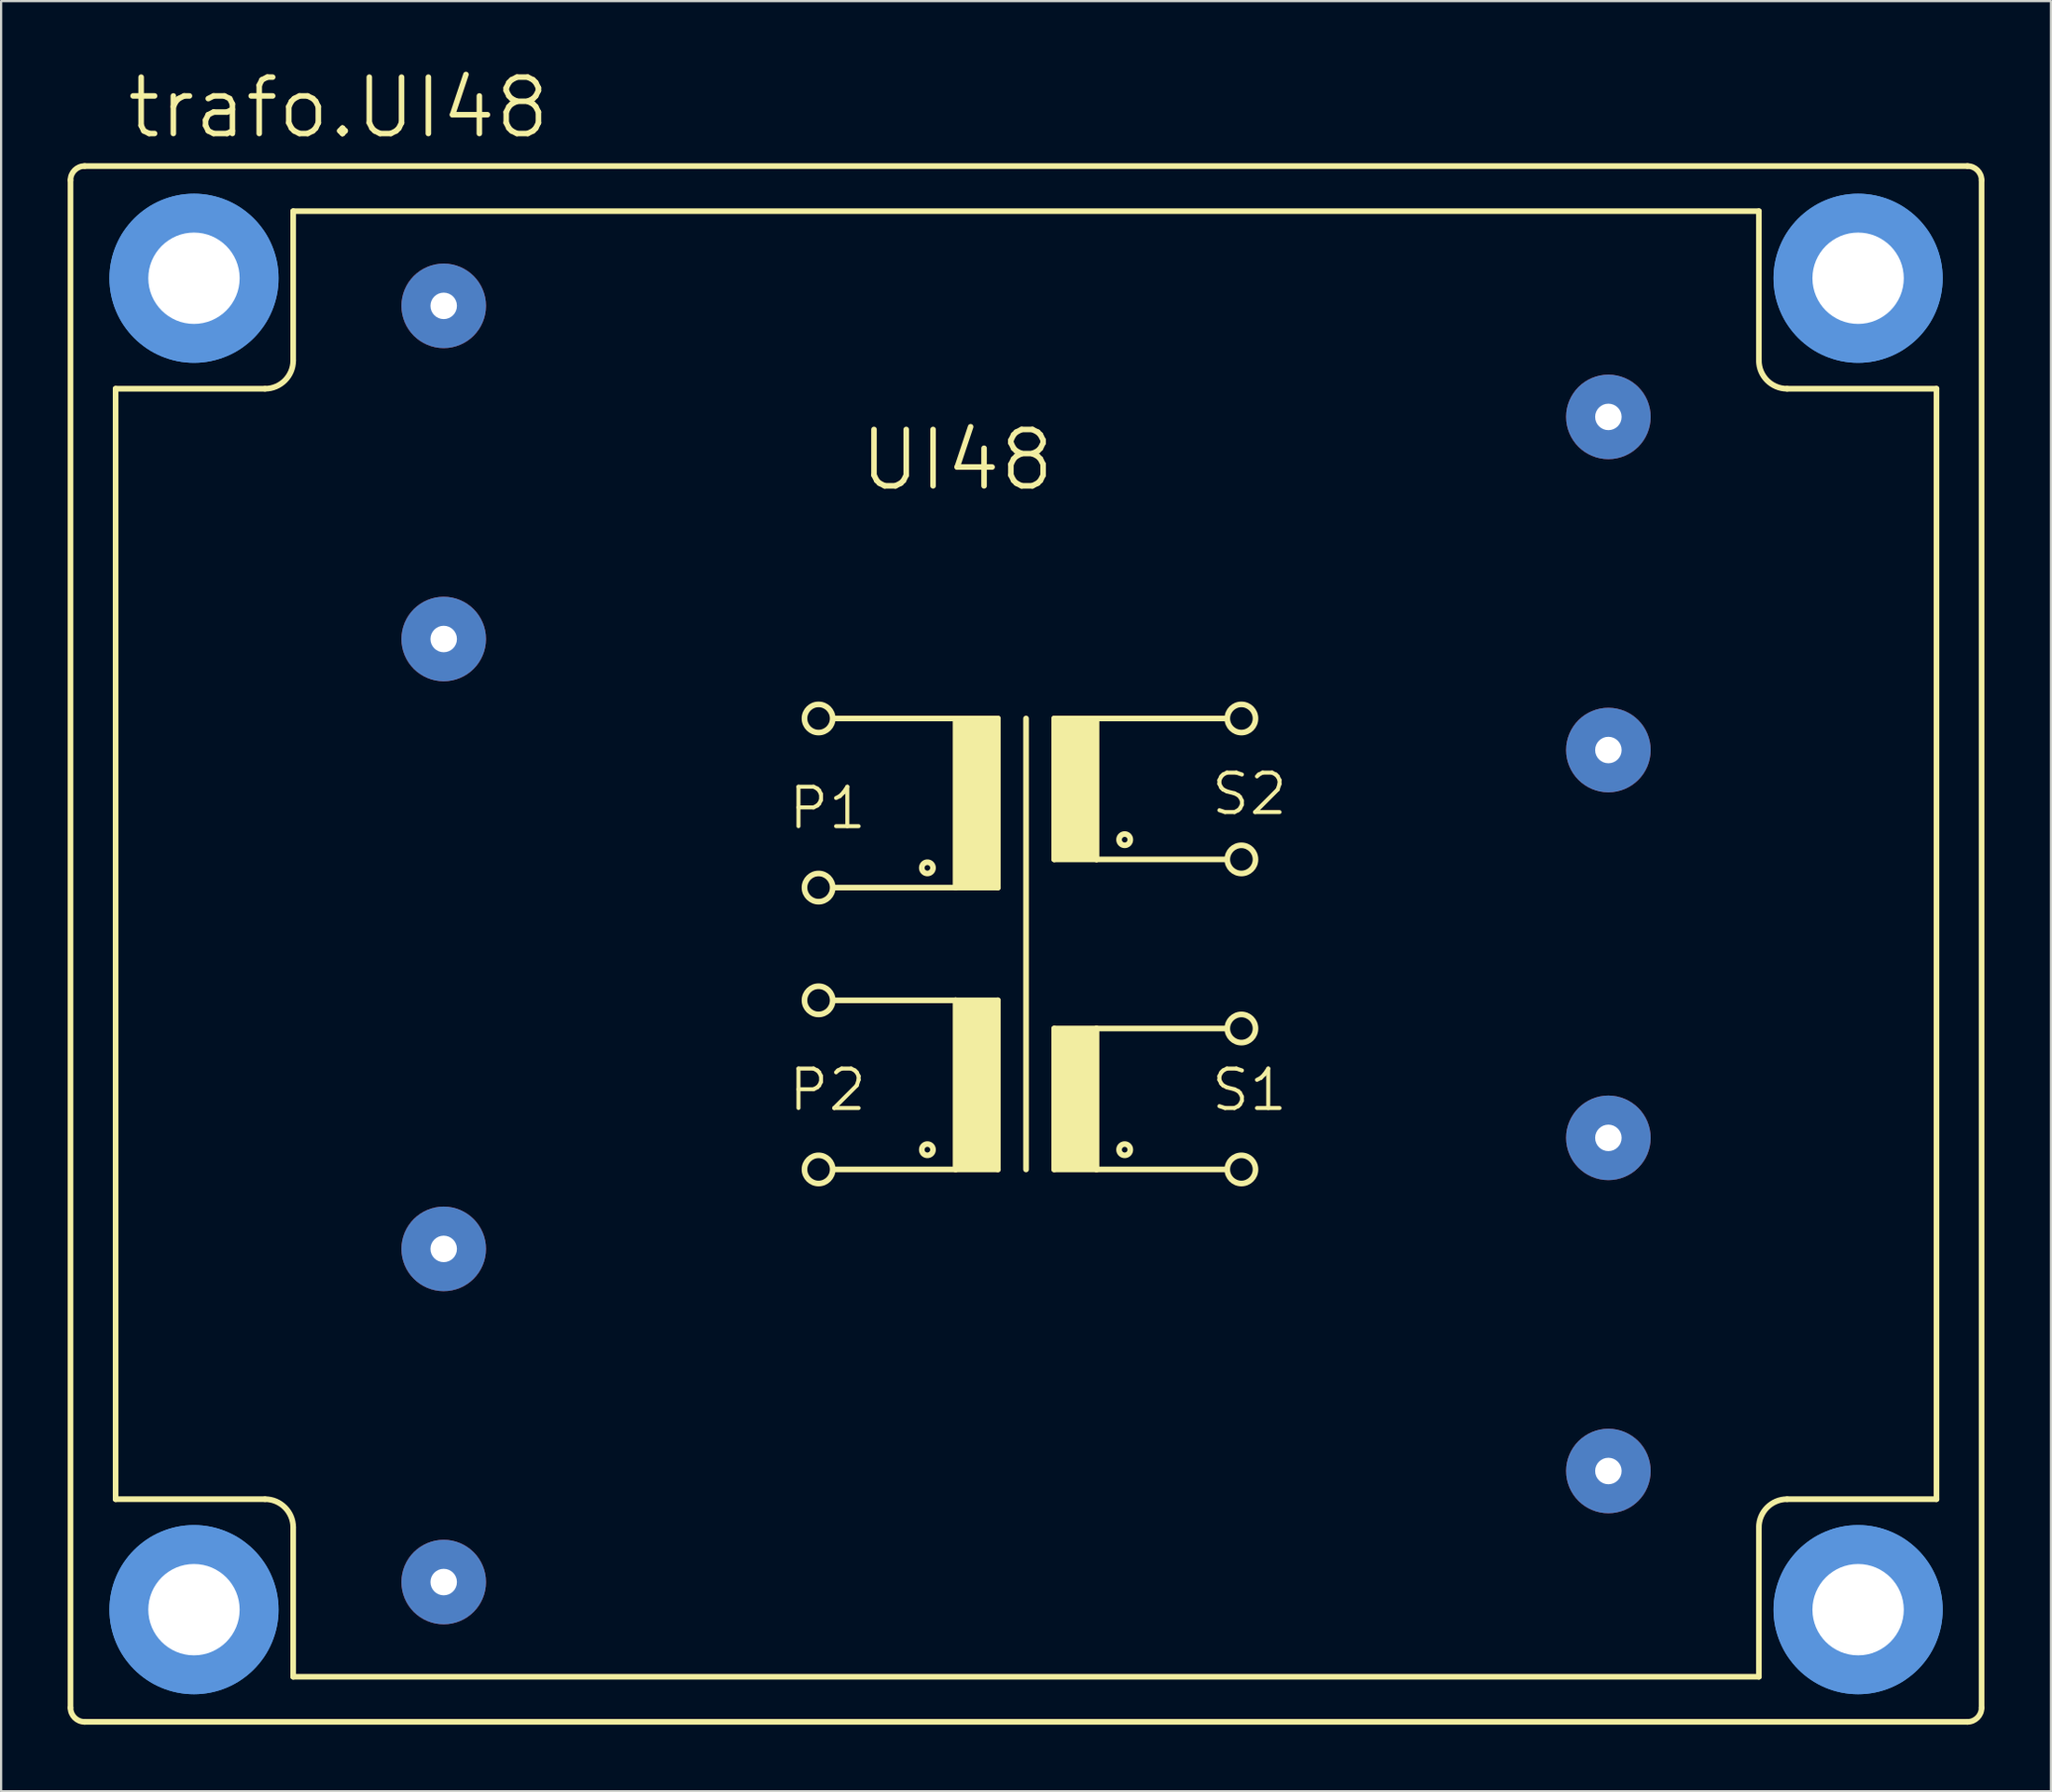
<source format=kicad_pcb>
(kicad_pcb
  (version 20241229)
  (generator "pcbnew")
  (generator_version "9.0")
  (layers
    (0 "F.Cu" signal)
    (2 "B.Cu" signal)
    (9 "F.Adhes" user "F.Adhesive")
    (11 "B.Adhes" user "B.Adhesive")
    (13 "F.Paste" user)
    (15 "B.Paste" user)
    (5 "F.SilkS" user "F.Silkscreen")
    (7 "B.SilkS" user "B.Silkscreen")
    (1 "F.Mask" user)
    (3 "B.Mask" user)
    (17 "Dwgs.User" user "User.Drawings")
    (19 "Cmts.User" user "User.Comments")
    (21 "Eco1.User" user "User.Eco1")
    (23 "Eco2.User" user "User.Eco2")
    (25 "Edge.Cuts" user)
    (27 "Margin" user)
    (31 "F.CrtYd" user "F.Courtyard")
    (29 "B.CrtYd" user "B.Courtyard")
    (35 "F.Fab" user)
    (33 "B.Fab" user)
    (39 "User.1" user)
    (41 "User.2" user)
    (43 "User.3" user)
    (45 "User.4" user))
  (footprint "trafo.UI48"
    (layer "F.Cu")
    (at 43.18 39.485)
    (property "Reference" "trafo.UI48" (at -40.64 -36.195 0) (layer "F.SilkS") (effects (font (size 2.54 2.54) (thickness 0.25)) (justify left bottom)))
    (attr through_hole)
    (fp_line (start -43.053 34.417) (end -43.053 -34.417) (stroke (width 0.254) (type default)) (layer "F.SilkS"))
    (fp_line (start -42.418 -35.052) (end 42.418 -35.052) (stroke (width 0.254) (type default)) (layer "F.SilkS"))
    (fp_line (start -41.021 25.019) (end -41.021 -25.019) (stroke (width 0.254) (type default)) (layer "F.SilkS"))
    (fp_line (start -34.29 -25.019) (end -41.021 -25.019) (stroke (width 0.254) (type default)) (layer "F.SilkS"))
    (fp_line (start -34.29 25.019) (end -41.021 25.019) (stroke (width 0.254) (type default)) (layer "F.SilkS"))
    (fp_line (start -33.02 -33.02) (end -33.02 -26.289) (stroke (width 0.254) (type default)) (layer "F.SilkS"))
    (fp_line (start -33.02 -33.02) (end 33.02 -33.02) (stroke (width 0.254) (type default)) (layer "F.SilkS"))
    (fp_line (start -33.02 33.02) (end -33.02 26.289) (stroke (width 0.254) (type default)) (layer "F.SilkS"))
    (fp_line (start -8.636 -10.16) (end -3.175 -10.16) (stroke (width 0.254) (type default)) (layer "F.SilkS"))
    (fp_line (start -8.636 2.54) (end -3.175 2.54) (stroke (width 0.254) (type default)) (layer "F.SilkS"))
    (fp_line (start -3.175 -10.16) (end -3.175 -2.54) (stroke (width 0.254) (type default)) (layer "F.SilkS"))
    (fp_line (start -3.175 -10.16) (end -1.27 -10.16) (stroke (width 0.254) (type default)) (layer "F.SilkS"))
    (fp_line (start -3.175 -2.54) (end -8.636 -2.54) (stroke (width 0.254) (type default)) (layer "F.SilkS"))
    (fp_line (start -3.175 2.54) (end -3.175 10.16) (stroke (width 0.254) (type default)) (layer "F.SilkS"))
    (fp_line (start -3.175 2.54) (end -1.27 2.54) (stroke (width 0.254) (type default)) (layer "F.SilkS"))
    (fp_line (start -3.175 10.16) (end -8.636 10.16) (stroke (width 0.254) (type default)) (layer "F.SilkS"))
    (fp_line (start -1.27 -10.16) (end -1.27 -2.54) (stroke (width 0.254) (type default)) (layer "F.SilkS"))
    (fp_line (start -1.27 -2.54) (end -3.175 -2.54) (stroke (width 0.254) (type default)) (layer "F.SilkS"))
    (fp_line (start -1.27 2.54) (end -1.27 10.16) (stroke (width 0.254) (type default)) (layer "F.SilkS"))
    (fp_line (start -1.27 10.16) (end -3.175 10.16) (stroke (width 0.254) (type default)) (layer "F.SilkS"))
    (fp_line (start 0 -10.16) (end 0 10.16) (stroke (width 0.254) (type default)) (layer "F.SilkS"))
    (fp_line (start 1.27 -10.16) (end 1.27 -3.81) (stroke (width 0.254) (type default)) (layer "F.SilkS"))
    (fp_line (start 1.27 -10.16) (end 3.175 -10.16) (stroke (width 0.254) (type default)) (layer "F.SilkS"))
    (fp_line (start 1.27 -3.81) (end 3.175 -3.81) (stroke (width 0.254) (type default)) (layer "F.SilkS"))
    (fp_line (start 1.27 3.81) (end 1.27 10.16) (stroke (width 0.254) (type default)) (layer "F.SilkS"))
    (fp_line (start 1.27 3.81) (end 3.175 3.81) (stroke (width 0.254) (type default)) (layer "F.SilkS"))
    (fp_line (start 1.27 10.16) (end 3.175 10.16) (stroke (width 0.254) (type default)) (layer "F.SilkS"))
    (fp_line (start 3.175 -10.16) (end 9.017 -10.16) (stroke (width 0.254) (type default)) (layer "F.SilkS"))
    (fp_line (start 3.175 -3.81) (end 3.175 -10.16) (stroke (width 0.254) (type default)) (layer "F.SilkS"))
    (fp_line (start 3.175 -3.81) (end 9.017 -3.81) (stroke (width 0.254) (type default)) (layer "F.SilkS"))
    (fp_line (start 3.175 3.81) (end 9.017 3.81) (stroke (width 0.254) (type default)) (layer "F.SilkS"))
    (fp_line (start 3.175 10.16) (end 3.175 3.81) (stroke (width 0.254) (type default)) (layer "F.SilkS"))
    (fp_line (start 3.175 10.16) (end 9.017 10.16) (stroke (width 0.254) (type default)) (layer "F.SilkS"))
    (fp_line (start 33.02 -33.02) (end 33.02 -26.289) (stroke (width 0.254) (type default)) (layer "F.SilkS"))
    (fp_line (start 33.02 33.02) (end -33.02 33.02) (stroke (width 0.254) (type default)) (layer "F.SilkS"))
    (fp_line (start 33.02 33.02) (end 33.02 26.289) (stroke (width 0.254) (type default)) (layer "F.SilkS"))
    (fp_line (start 34.29 -25.019) (end 41.021 -25.019) (stroke (width 0.254) (type default)) (layer "F.SilkS"))
    (fp_line (start 34.29 25.019) (end 41.021 25.019) (stroke (width 0.254) (type default)) (layer "F.SilkS"))
    (fp_line (start 41.021 25.019) (end 41.021 -25.019) (stroke (width 0.254) (type default)) (layer "F.SilkS"))
    (fp_line (start 42.418 35.052) (end -42.418 35.052) (stroke (width 0.254) (type default)) (layer "F.SilkS"))
    (fp_line (start 43.053 -34.417) (end 43.053 34.417) (stroke (width 0.254) (type default)) (layer "F.SilkS"))
    (fp_rect (start -3.175 -2.54) (end -1.27 -10.16) (stroke (width 0.05) (type default)) (fill yes) (layer "F.SilkS"))
    (fp_rect (start -3.175 10.16) (end -1.27 2.54) (stroke (width 0.05) (type default)) (fill yes) (layer "F.SilkS"))
    (fp_rect (start 1.27 -3.81) (end 3.175 -10.16) (stroke (width 0.05) (type default)) (fill yes) (layer "F.SilkS"))
    (fp_rect (start 1.27 10.16) (end 3.175 3.81) (stroke (width 0.05) (type default)) (fill yes) (layer "F.SilkS"))
    (fp_arc (start -43.053 -34.417) (mid -42.867013 -34.866013) (end -42.418 -35.052) (stroke (width 0.254) (type default)) (layer "F.SilkS"))
    (fp_arc (start -42.418 35.052) (mid -42.867013 34.866013) (end -43.053 34.417) (stroke (width 0.254) (type default)) (layer "F.SilkS"))
    (fp_arc (start -34.29 25.019) (mid -33.391974 25.390974) (end -33.02 26.289) (stroke (width 0.254) (type default)) (layer "F.SilkS"))
    (fp_arc (start -33.02 -26.289) (mid -33.391974 -25.390974) (end -34.29 -25.019) (stroke (width 0.254) (type default)) (layer "F.SilkS"))
    (fp_arc (start 33.02 26.289) (mid 33.391974 25.390974) (end 34.29 25.019) (stroke (width 0.254) (type default)) (layer "F.SilkS"))
    (fp_arc (start 34.29 -25.019) (mid 33.391974 -25.390974) (end 33.02 -26.289) (stroke (width 0.254) (type default)) (layer "F.SilkS"))
    (fp_arc (start 42.418 -35.052) (mid 42.867013 -34.866013) (end 43.053 -34.417) (stroke (width 0.254) (type default)) (layer "F.SilkS"))
    (fp_arc (start 43.053 34.417) (mid 42.867013 34.866013) (end 42.418 35.052) (stroke (width 0.254) (type default)) (layer "F.SilkS"))
    (fp_circle (center -9.347 -10.16) (end -8.712 -10.16) (stroke (width 0.254) (type default)) (fill no) (layer "F.SilkS"))
    (fp_circle (center -9.347 -2.54) (end -8.712 -2.54) (stroke (width 0.254) (type default)) (fill no) (layer "F.SilkS"))
    (fp_circle (center -9.347 2.54) (end -8.712 2.54) (stroke (width 0.254) (type default)) (fill no) (layer "F.SilkS"))
    (fp_circle (center -9.347 10.16) (end -8.712 10.16) (stroke (width 0.254) (type default)) (fill no) (layer "F.SilkS"))
    (fp_circle (center -4.445 -3.429) (end -4.191 -3.429) (stroke (width 0.254) (type default)) (fill no) (layer "F.SilkS"))
    (fp_circle (center -4.445 9.271) (end -4.191 9.271) (stroke (width 0.254) (type default)) (fill no) (layer "F.SilkS"))
    (fp_circle (center 4.445 -4.699) (end 4.699 -4.699) (stroke (width 0.254) (type default)) (fill no) (layer "F.SilkS"))
    (fp_circle (center 4.445 9.271) (end 4.699 9.271) (stroke (width 0.254) (type default)) (fill no) (layer "F.SilkS"))
    (fp_circle (center 9.703 -10.16) (end 10.338 -10.16) (stroke (width 0.254) (type default)) (fill no) (layer "F.SilkS"))
    (fp_circle (center 9.703 -3.81) (end 10.338 -3.81) (stroke (width 0.254) (type default)) (fill no) (layer "F.SilkS"))
    (fp_circle (center 9.703 3.81) (end 10.338 3.81) (stroke (width 0.254) (type default)) (fill no) (layer "F.SilkS"))
    (fp_circle (center 9.703 10.16) (end 10.338 10.16) (stroke (width 0.254) (type default)) (fill no) (layer "F.SilkS"))
    (fp_circle (center -37.49 -29.997) (end -34.569 -29.997) (stroke (width 1.778) (type default)) (fill no) (layer "Cmts.User"))
    (fp_circle (center -37.49 -29.997) (end -34.569 -29.997) (stroke (width 1.778) (type default)) (fill no) (layer "Cmts.User"))
    (fp_circle (center -37.49 29.997) (end -34.569 29.997) (stroke (width 1.778) (type default)) (fill no) (layer "Cmts.User"))
    (fp_circle (center -37.49 29.997) (end -34.569 29.997) (stroke (width 1.778) (type default)) (fill no) (layer "Cmts.User"))
    (fp_circle (center 37.49 -29.997) (end 40.411 -29.997) (stroke (width 1.778) (type default)) (fill no) (layer "Cmts.User"))
    (fp_circle (center 37.49 -29.997) (end 40.411 -29.997) (stroke (width 1.778) (type default)) (fill no) (layer "Cmts.User"))
    (fp_circle (center 37.49 29.997) (end 40.411 29.997) (stroke (width 1.778) (type default)) (fill no) (layer "Cmts.User"))
    (fp_circle (center 37.49 29.997) (end 40.411 29.997) (stroke (width 1.778) (type default)) (fill no) (layer "Cmts.User"))
    (fp_text user "P2" (at -10.795 7.62 0) (layer "F.SilkS") (effects (font (size 1.778 1.778) (thickness 0.18)) (justify left bottom)))
    (fp_text user "UI48" (at -7.62 -20.32 0) (layer "F.SilkS") (effects (font (size 2.54 2.54) (thickness 0.25)) (justify left bottom)))
    (fp_text user "S1" (at 8.255 7.62 0) (layer "F.SilkS") (effects (font (size 1.778 1.778) (thickness 0.18)) (justify left bottom)))
    (fp_text user "P1" (at -10.795 -5.08 0) (layer "F.SilkS") (effects (font (size 1.778 1.778) (thickness 0.18)) (justify left bottom)))
    (fp_text user "S2" (at 8.255 -5.715 0) (layer "F.SilkS") (effects (font (size 1.778 1.778) (thickness 0.18)) (justify left bottom)))
    (pad "" np_thru_hole circle (at -37.49 -29.997) (size 4.115 4.115) (drill 4.115) (layers "*.Cu" "*.Mask"))
    (pad "" np_thru_hole circle (at -37.49 29.997) (size 4.115 4.115) (drill 4.115) (layers "*.Cu" "*.Mask"))
    (pad "" np_thru_hole circle (at 37.49 -29.997) (size 4.115 4.115) (drill 4.115) (layers "*.Cu" "*.Mask"))
    (pad "" np_thru_hole circle (at 37.49 29.997) (size 4.115 4.115) (drill 4.115) (layers "*.Cu" "*.Mask"))
    (pad "1" thru_hole circle (at -26.238 -28.753) (size 3.81 3.81) (drill 1.194) (layers "*.Cu" "*.Mask"))
    (pad "4" thru_hole circle (at -26.238 -13.741) (size 3.81 3.81) (drill 1.194) (layers "*.Cu" "*.Mask"))
    (pad "9" thru_hole circle (at -26.238 13.741) (size 3.81 3.81) (drill 1.194) (layers "*.Cu" "*.Mask"))
    (pad "12" thru_hole circle (at -26.238 28.753) (size 3.81 3.81) (drill 1.194) (layers "*.Cu" "*.Mask"))
    (pad "14" thru_hole circle (at 26.238 23.749) (size 3.81 3.81) (drill 1.194) (layers "*.Cu" "*.Mask"))
    (pad "17" thru_hole circle (at 26.238 8.738) (size 3.81 3.81) (drill 1.194) (layers "*.Cu" "*.Mask"))
    (pad "20" thru_hole circle (at 26.238 -8.738) (size 3.81 3.81) (drill 1.194) (layers "*.Cu" "*.Mask"))
    (pad "23" thru_hole circle (at 26.238 -23.749) (size 3.81 3.81) (drill 1.194) (layers "*.Cu" "*.Mask")))
  (gr_rect
    (start -3 -3)
    (end 89.36 77.664)
    (stroke (width 0.1) (type default))
    (fill no)
    (layer "Edge.Cuts")))
</source>
